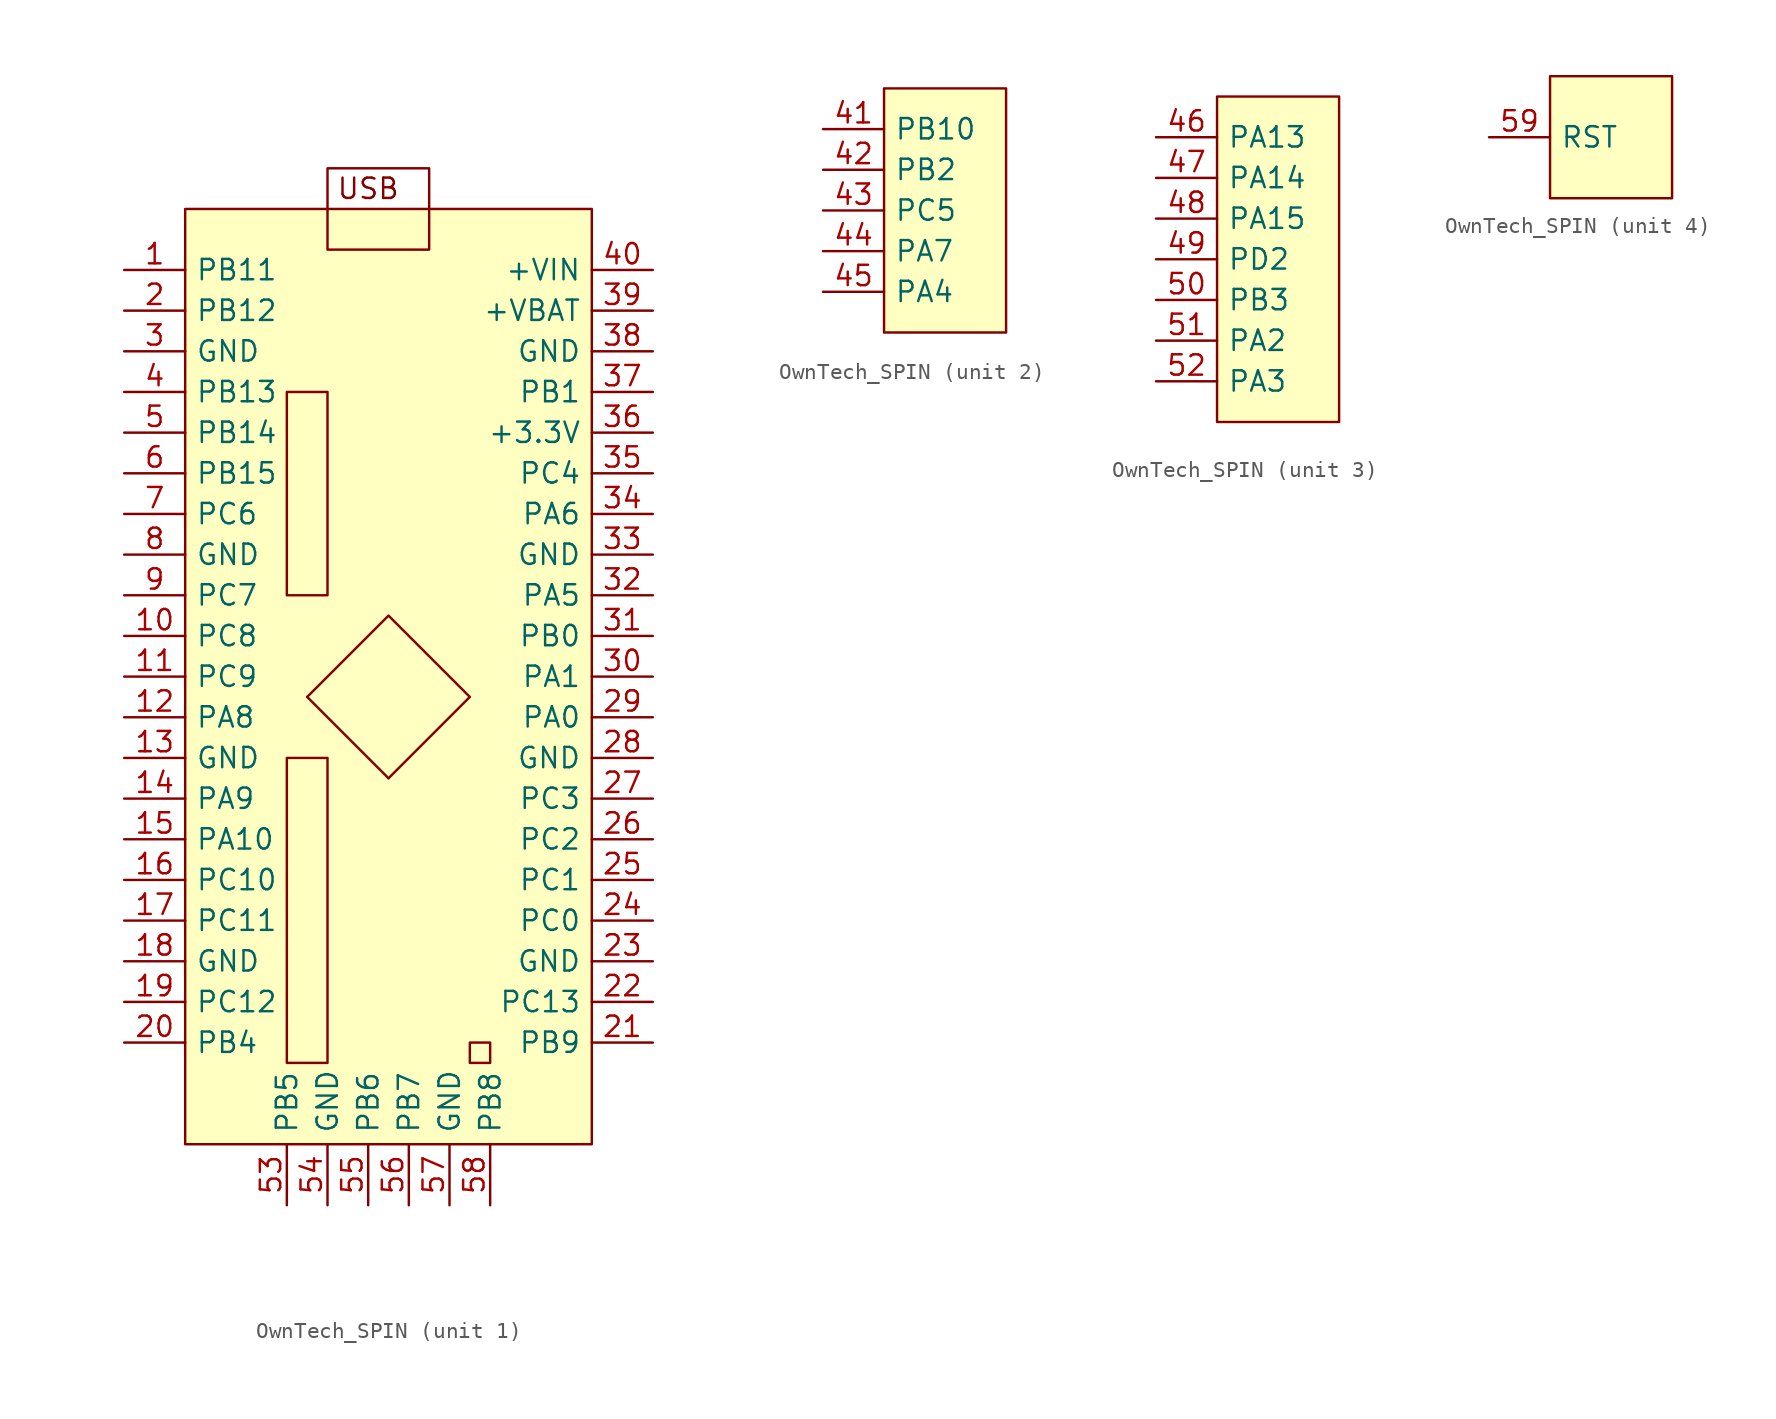
<source format=kicad_sym>
(kicad_symbol_lib
  (version 20220914)
  (generator kicad_symbol_editor)
  (symbol "OwnTech_SPIN"
    (pin_names
      (offset 0.64))
    (property "Reference" "J"
      (at 1.27 11.43 0)
      (do_not_autoplace)
      (effects (font (size 1.27 1.27)) hide))
    (property "ki_locked" ""
      (at 0 0 0)
      (effects (font (size 1.27 1.27))))
    (symbol "OwnTech_SPIN_1_1"
      (polyline (pts (xy 12.7 -27.94) (xy 7.62 -22.86)) (stroke (width 0) (type default)) (fill (type none)))
      (polyline (pts (xy 7.62 -22.86) (xy 12.7 -17.78) (xy 17.78 -22.86) (xy 12.7 -27.94)) (stroke (width 0) (type default)) (fill (type none)))
      (rectangle (start 0 7.62) (end 25.4 -50.8) (stroke (width 0) (type default)) (fill (type background)))
      (rectangle (start 6.35 -26.67) (end 8.89 -45.72) (stroke (width 0) (type default)) (fill (type none)))
      (rectangle (start 6.35 -3.81) (end 8.89 -16.51) (stroke (width 0) (type default)) (fill (type none)))
      (rectangle (start 8.89 10.16) (end 15.24 5.08) (stroke (width 0) (type default)) (fill (type none)))
      (rectangle (start 17.78 -44.45) (end 19.05 -45.72) (stroke (width 0) (type default)) (fill (type none)))
      (text "USB" (at 11.43 8.89 0) (effects (font (size 1.27 1.27))))
      (pin passive line (at -3.81 3.81 0) (length 3.81) (name "PB11" (effects (font (size 1.27 1.27)))) (number "1" (effects (font (size 1.27 1.27)))))
      (pin passive line (at -3.81 -19.05 0) (length 3.81) (name "PC8" (effects (font (size 1.27 1.27)))) (number "10" (effects (font (size 1.27 1.27)))))
      (pin passive line (at -3.81 -21.59 0) (length 3.81) (name "PC9" (effects (font (size 1.27 1.27)))) (number "11" (effects (font (size 1.27 1.27)))))
      (pin passive line (at -3.81 -24.13 0) (length 3.81) (name "PA8" (effects (font (size 1.27 1.27)))) (number "12" (effects (font (size 1.27 1.27)))))
      (pin passive line (at -3.81 -26.67 0) (length 3.81) (name "GND" (effects (font (size 1.27 1.27)))) (number "13" (effects (font (size 1.27 1.27)))))
      (pin passive line (at -3.81 -29.21 0) (length 3.81) (name "PA9" (effects (font (size 1.27 1.27)))) (number "14" (effects (font (size 1.27 1.27)))))
      (pin passive line (at -3.81 -31.75 0) (length 3.81) (name "PA10" (effects (font (size 1.27 1.27)))) (number "15" (effects (font (size 1.27 1.27)))))
      (pin passive line (at -3.81 -34.29 0) (length 3.81) (name "PC10" (effects (font (size 1.27 1.27)))) (number "16" (effects (font (size 1.27 1.27)))))
      (pin passive line (at -3.81 -36.83 0) (length 3.81) (name "PC11" (effects (font (size 1.27 1.27)))) (number "17" (effects (font (size 1.27 1.27)))))
      (pin passive line (at -3.81 -39.37 0) (length 3.81) (name "GND" (effects (font (size 1.27 1.27)))) (number "18" (effects (font (size 1.27 1.27)))))
      (pin passive line (at -3.81 -41.91 0) (length 3.81) (name "PC12" (effects (font (size 1.27 1.27)))) (number "19" (effects (font (size 1.27 1.27)))))
      (pin passive line (at -3.81 1.27 0) (length 3.81) (name "PB12" (effects (font (size 1.27 1.27)))) (number "2" (effects (font (size 1.27 1.27)))))
      (pin passive line (at -3.81 -44.45 0) (length 3.81) (name "PB4" (effects (font (size 1.27 1.27)))) (number "20" (effects (font (size 1.27 1.27)))))
      (pin passive line (at 29.21 -44.45 180) (length 3.81) (name "PB9" (effects (font (size 1.27 1.27)))) (number "21" (effects (font (size 1.27 1.27)))))
      (pin passive line (at 29.21 -41.91 180) (length 3.81) (name "PC13" (effects (font (size 1.27 1.27)))) (number "22" (effects (font (size 1.27 1.27)))))
      (pin passive line (at 29.21 -39.37 180) (length 3.81) (name "GND" (effects (font (size 1.27 1.27)))) (number "23" (effects (font (size 1.27 1.27)))))
      (pin passive line (at 29.21 -36.83 180) (length 3.81) (name "PC0" (effects (font (size 1.27 1.27)))) (number "24" (effects (font (size 1.27 1.27)))))
      (pin passive line (at 29.21 -34.29 180) (length 3.81) (name "PC1" (effects (font (size 1.27 1.27)))) (number "25" (effects (font (size 1.27 1.27)))))
      (pin passive line (at 29.21 -31.75 180) (length 3.81) (name "PC2" (effects (font (size 1.27 1.27)))) (number "26" (effects (font (size 1.27 1.27)))))
      (pin passive line (at 29.21 -29.21 180) (length 3.81) (name "PC3" (effects (font (size 1.27 1.27)))) (number "27" (effects (font (size 1.27 1.27)))))
      (pin passive line (at 29.21 -26.67 180) (length 3.81) (name "GND" (effects (font (size 1.27 1.27)))) (number "28" (effects (font (size 1.27 1.27)))))
      (pin passive line (at 29.21 -24.13 180) (length 3.81) (name "PA0" (effects (font (size 1.27 1.27)))) (number "29" (effects (font (size 1.27 1.27)))))
      (pin passive line (at -3.81 -1.27 0) (length 3.81) (name "GND" (effects (font (size 1.27 1.27)))) (number "3" (effects (font (size 1.27 1.27)))))
      (pin passive line (at 29.21 -21.59 180) (length 3.81) (name "PA1" (effects (font (size 1.27 1.27)))) (number "30" (effects (font (size 1.27 1.27)))))
      (pin passive line (at 29.21 -19.05 180) (length 3.81) (name "PB0" (effects (font (size 1.27 1.27)))) (number "31" (effects (font (size 1.27 1.27)))))
      (pin passive line (at 29.21 -16.51 180) (length 3.81) (name "PA5" (effects (font (size 1.27 1.27)))) (number "32" (effects (font (size 1.27 1.27)))))
      (pin passive line (at 29.21 -13.97 180) (length 3.81) (name "GND" (effects (font (size 1.27 1.27)))) (number "33" (effects (font (size 1.27 1.27)))))
      (pin passive line (at 29.21 -11.43 180) (length 3.81) (name "PA6" (effects (font (size 1.27 1.27)))) (number "34" (effects (font (size 1.27 1.27)))))
      (pin passive line (at 29.21 -8.89 180) (length 3.81) (name "PC4" (effects (font (size 1.27 1.27)))) (number "35" (effects (font (size 1.27 1.27)))))
      (pin power_out line (at 29.21 -6.35 180) (length 3.81) (name "+3.3V" (effects (font (size 1.27 1.27)))) (number "36" (effects (font (size 1.27 1.27)))))
      (pin passive line (at 29.21 -3.81 180) (length 3.81) (name "PB1" (effects (font (size 1.27 1.27)))) (number "37" (effects (font (size 1.27 1.27)))))
      (pin passive line (at 29.21 -1.27 180) (length 3.81) (name "GND" (effects (font (size 1.27 1.27)))) (number "38" (effects (font (size 1.27 1.27)))))
      (pin power_in line (at 29.21 1.27 180) (length 3.81) (name "+VBAT" (effects (font (size 1.27 1.27)))) (number "39" (effects (font (size 1.27 1.27)))))
      (pin passive line (at -3.81 -3.81 0) (length 3.81) (name "PB13" (effects (font (size 1.27 1.27)))) (number "4" (effects (font (size 1.27 1.27)))))
      (pin power_in line (at 29.21 3.81 180) (length 3.81) (name "+VIN" (effects (font (size 1.27 1.27)))) (number "40" (effects (font (size 1.27 1.27)))))
      (pin passive line (at -3.81 -6.35 0) (length 3.81) (name "PB14" (effects (font (size 1.27 1.27)))) (number "5" (effects (font (size 1.27 1.27)))))
      (pin passive line (at 6.35 -54.61 90) (length 3.81) (name "PB5" (effects (font (size 1.27 1.27)))) (number "53" (effects (font (size 1.27 1.27)))))
      (pin passive line (at 8.89 -54.61 90) (length 3.81) (name "GND" (effects (font (size 1.27 1.27)))) (number "54" (effects (font (size 1.27 1.27)))))
      (pin passive line (at 11.43 -54.61 90) (length 3.81) (name "PB6" (effects (font (size 1.27 1.27)))) (number "55" (effects (font (size 1.27 1.27)))))
      (pin passive line (at 13.97 -54.61 90) (length 3.81) (name "PB7" (effects (font (size 1.27 1.27)))) (number "56" (effects (font (size 1.27 1.27)))))
      (pin passive line (at 16.51 -54.61 90) (length 3.81) (name "GND" (effects (font (size 1.27 1.27)))) (number "57" (effects (font (size 1.27 1.27)))))
      (pin passive line (at 19.05 -54.61 90) (length 3.81) (name "PB8" (effects (font (size 1.27 1.27)))) (number "58" (effects (font (size 1.27 1.27)))))
      (pin passive line (at -3.81 -8.89 0) (length 3.81) (name "PB15" (effects (font (size 1.27 1.27)))) (number "6" (effects (font (size 1.27 1.27)))))
      (pin passive line (at -3.81 -11.43 0) (length 3.81) (name "PC6" (effects (font (size 1.27 1.27)))) (number "7" (effects (font (size 1.27 1.27)))))
      (pin passive line (at -3.81 -13.97 0) (length 3.81) (name "GND" (effects (font (size 1.27 1.27)))) (number "8" (effects (font (size 1.27 1.27)))))
      (pin passive line (at -3.81 -16.51 0) (length 3.81) (name "PC7" (effects (font (size 1.27 1.27)))) (number "9" (effects (font (size 1.27 1.27))))))
    (symbol "OwnTech_SPIN_2_1"
      (rectangle (start 0 6.35) (end 7.62 -8.89) (stroke (width 0) (type default)) (fill (type background)))
      (pin passive line (at -3.81 3.81 0) (length 3.81) (name "PB10" (effects (font (size 1.27 1.27)))) (number "41" (effects (font (size 1.27 1.27)))))
      (pin passive line (at -3.81 1.27 0) (length 3.81) (name "PB2" (effects (font (size 1.27 1.27)))) (number "42" (effects (font (size 1.27 1.27)))))
      (pin passive line (at -3.81 -1.27 0) (length 3.81) (name "PC5" (effects (font (size 1.27 1.27)))) (number "43" (effects (font (size 1.27 1.27)))))
      (pin passive line (at -3.81 -3.81 0) (length 3.81) (name "PA7" (effects (font (size 1.27 1.27)))) (number "44" (effects (font (size 1.27 1.27)))))
      (pin passive line (at -3.81 -6.35 0) (length 3.81) (name "PA4" (effects (font (size 1.27 1.27)))) (number "45" (effects (font (size 1.27 1.27))))))
    (symbol "OwnTech_SPIN_3_1"
      (rectangle (start 0 6.35) (end 7.62 -13.97) (stroke (width 0) (type default)) (fill (type background)))
      (pin passive line (at -3.81 3.81 0) (length 3.81) (name "PA13" (effects (font (size 1.27 1.27)))) (number "46" (effects (font (size 1.27 1.27)))))
      (pin passive line (at -3.81 1.27 0) (length 3.81) (name "PA14" (effects (font (size 1.27 1.27)))) (number "47" (effects (font (size 1.27 1.27)))))
      (pin passive line (at -3.81 -1.27 0) (length 3.81) (name "PA15" (effects (font (size 1.27 1.27)))) (number "48" (effects (font (size 1.27 1.27)))))
      (pin passive line (at -3.81 -3.81 0) (length 3.81) (name "PD2" (effects (font (size 1.27 1.27)))) (number "49" (effects (font (size 1.27 1.27)))))
      (pin passive line (at -3.81 -6.35 0) (length 3.81) (name "PB3" (effects (font (size 1.27 1.27)))) (number "50" (effects (font (size 1.27 1.27)))))
      (pin passive line (at -3.81 -8.89 0) (length 3.81) (name "PA2" (effects (font (size 1.27 1.27)))) (number "51" (effects (font (size 1.27 1.27)))))
      (pin passive line (at -3.81 -11.43 0) (length 3.81) (name "PA3" (effects (font (size 1.27 1.27)))) (number "52" (effects (font (size 1.27 1.27))))))
    (symbol "OwnTech_SPIN_4_1"
      (rectangle (start 0 3.81) (end 7.62 -3.81) (stroke (width 0) (type default)) (fill (type background)))
      (pin passive line (at -3.81 0 0) (length 3.81) (name "RST" (effects (font (size 1.27 1.27)))) (number "59" (effects (font (size 1.27 1.27))))))))
</source>
